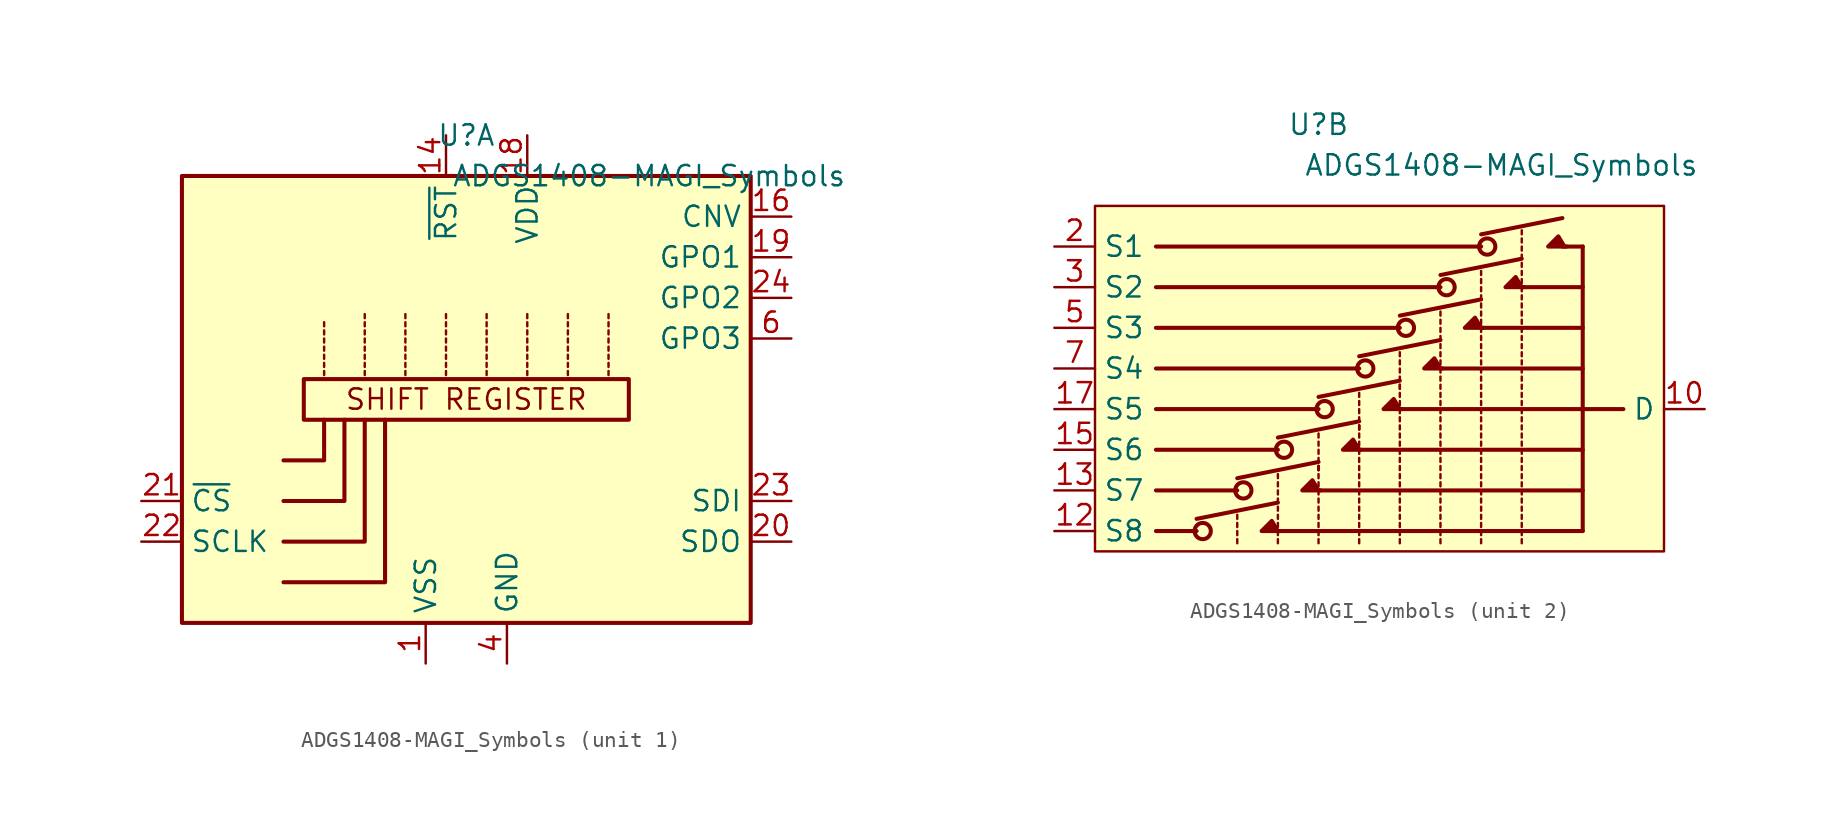
<source format=kicad_sym>
(kicad_symbol_lib
  (version 20211014)
  (generator kicad_symbol_editor)
  (symbol "ADGS1408-MAGI_Symbols"
    (property "Reference" "U"
      (at -1.27 16.51 0)
      (effects (font (size 1.27 1.27))))
    (property "Value" "ADGS1408-MAGI_Symbols"
      (at 10.16 13.97 0)
      (effects (font (size 1.27 1.27))))
    (property "ki_locked" ""
      (at 0 0 0)
      (effects (font (size 1.27 1.27))))
    (symbol "ADGS1408-MAGI_Symbols_1_1"
      (rectangle (start -19.05 13.97) (end 16.51 -13.97) (stroke (width 0.254) (type default) (color 0 0 0 0)) (fill (type background)))
      (rectangle (start -11.43 1.27) (end 8.89 -1.27) (stroke (width 0.254) (type default) (color 0 0 0 0)) (fill (type none)))
      (polyline (pts (xy -10.16 1.524) (xy -10.16 1.778)) (stroke (width 0) (type default) (color 0 0 0 0)) (fill (type none)))
      (polyline (pts (xy -10.16 2.032) (xy -10.16 2.286)) (stroke (width 0) (type default) (color 0 0 0 0)) (fill (type none)))
      (polyline (pts (xy -10.16 2.54) (xy -10.16 2.794)) (stroke (width 0) (type default) (color 0 0 0 0)) (fill (type none)))
      (polyline (pts (xy -10.16 3.048) (xy -10.16 3.302)) (stroke (width 0) (type default) (color 0 0 0 0)) (fill (type none)))
      (polyline (pts (xy -10.16 3.556) (xy -10.16 3.81)) (stroke (width 0) (type default) (color 0 0 0 0)) (fill (type none)))
      (polyline (pts (xy -10.16 4.064) (xy -10.16 4.318)) (stroke (width 0) (type default) (color 0 0 0 0)) (fill (type none)))
      (polyline (pts (xy -10.16 4.572) (xy -10.16 4.826)) (stroke (width 0) (type default) (color 0 0 0 0)) (fill (type none)))
      (polyline (pts (xy -7.62 1.524) (xy -7.62 1.778)) (stroke (width 0) (type default) (color 0 0 0 0)) (fill (type none)))
      (polyline (pts (xy -7.62 2.032) (xy -7.62 2.286)) (stroke (width 0) (type default) (color 0 0 0 0)) (fill (type none)))
      (polyline (pts (xy -7.62 2.54) (xy -7.62 2.794)) (stroke (width 0) (type default) (color 0 0 0 0)) (fill (type none)))
      (polyline (pts (xy -7.62 3.048) (xy -7.62 3.302)) (stroke (width 0) (type default) (color 0 0 0 0)) (fill (type none)))
      (polyline (pts (xy -7.62 3.556) (xy -7.62 3.81)) (stroke (width 0) (type default) (color 0 0 0 0)) (fill (type none)))
      (polyline (pts (xy -7.62 4.064) (xy -7.62 4.318)) (stroke (width 0) (type default) (color 0 0 0 0)) (fill (type none)))
      (polyline (pts (xy -7.62 4.572) (xy -7.62 4.826)) (stroke (width 0) (type default) (color 0 0 0 0)) (fill (type none)))
      (polyline (pts (xy -7.62 5.08) (xy -7.62 5.334)) (stroke (width 0) (type default) (color 0 0 0 0)) (fill (type none)))
      (polyline (pts (xy -5.08 1.524) (xy -5.08 1.778)) (stroke (width 0) (type default) (color 0 0 0 0)) (fill (type none)))
      (polyline (pts (xy -5.08 2.032) (xy -5.08 2.286)) (stroke (width 0) (type default) (color 0 0 0 0)) (fill (type none)))
      (polyline (pts (xy -5.08 2.54) (xy -5.08 2.794)) (stroke (width 0) (type default) (color 0 0 0 0)) (fill (type none)))
      (polyline (pts (xy -5.08 3.048) (xy -5.08 3.302)) (stroke (width 0) (type default) (color 0 0 0 0)) (fill (type none)))
      (polyline (pts (xy -5.08 3.556) (xy -5.08 3.81)) (stroke (width 0) (type default) (color 0 0 0 0)) (fill (type none)))
      (polyline (pts (xy -5.08 4.064) (xy -5.08 4.318)) (stroke (width 0) (type default) (color 0 0 0 0)) (fill (type none)))
      (polyline (pts (xy -5.08 4.572) (xy -5.08 4.826)) (stroke (width 0) (type default) (color 0 0 0 0)) (fill (type none)))
      (polyline (pts (xy -5.08 5.08) (xy -5.08 5.334)) (stroke (width 0) (type default) (color 0 0 0 0)) (fill (type none)))
      (polyline (pts (xy -2.54 1.524) (xy -2.54 1.778)) (stroke (width 0) (type default) (color 0 0 0 0)) (fill (type none)))
      (polyline (pts (xy -2.54 2.032) (xy -2.54 2.286)) (stroke (width 0) (type default) (color 0 0 0 0)) (fill (type none)))
      (polyline (pts (xy -2.54 2.54) (xy -2.54 2.794)) (stroke (width 0) (type default) (color 0 0 0 0)) (fill (type none)))
      (polyline (pts (xy -2.54 3.048) (xy -2.54 3.302)) (stroke (width 0) (type default) (color 0 0 0 0)) (fill (type none)))
      (polyline (pts (xy -2.54 3.556) (xy -2.54 3.81)) (stroke (width 0) (type default) (color 0 0 0 0)) (fill (type none)))
      (polyline (pts (xy -2.54 4.064) (xy -2.54 4.318)) (stroke (width 0) (type default) (color 0 0 0 0)) (fill (type none)))
      (polyline (pts (xy -2.54 4.572) (xy -2.54 4.826)) (stroke (width 0) (type default) (color 0 0 0 0)) (fill (type none)))
      (polyline (pts (xy -2.54 5.08) (xy -2.54 5.334)) (stroke (width 0) (type default) (color 0 0 0 0)) (fill (type none)))
      (polyline (pts (xy 0 1.524) (xy 0 1.778)) (stroke (width 0) (type default) (color 0 0 0 0)) (fill (type none)))
      (polyline (pts (xy 0 2.032) (xy 0 2.286)) (stroke (width 0) (type default) (color 0 0 0 0)) (fill (type none)))
      (polyline (pts (xy 0 2.54) (xy 0 2.794)) (stroke (width 0) (type default) (color 0 0 0 0)) (fill (type none)))
      (polyline (pts (xy 0 3.048) (xy 0 3.302)) (stroke (width 0) (type default) (color 0 0 0 0)) (fill (type none)))
      (polyline (pts (xy 0 3.556) (xy 0 3.81)) (stroke (width 0) (type default) (color 0 0 0 0)) (fill (type none)))
      (polyline (pts (xy 0 4.064) (xy 0 4.318)) (stroke (width 0) (type default) (color 0 0 0 0)) (fill (type none)))
      (polyline (pts (xy 0 4.572) (xy 0 4.826)) (stroke (width 0) (type default) (color 0 0 0 0)) (fill (type none)))
      (polyline (pts (xy 0 5.08) (xy 0 5.334)) (stroke (width 0) (type default) (color 0 0 0 0)) (fill (type none)))
      (polyline (pts (xy 2.54 1.524) (xy 2.54 1.778)) (stroke (width 0) (type default) (color 0 0 0 0)) (fill (type none)))
      (polyline (pts (xy 2.54 2.032) (xy 2.54 2.286)) (stroke (width 0) (type default) (color 0 0 0 0)) (fill (type none)))
      (polyline (pts (xy 2.54 2.54) (xy 2.54 2.794)) (stroke (width 0) (type default) (color 0 0 0 0)) (fill (type none)))
      (polyline (pts (xy 2.54 3.048) (xy 2.54 3.302)) (stroke (width 0) (type default) (color 0 0 0 0)) (fill (type none)))
      (polyline (pts (xy 2.54 3.556) (xy 2.54 3.81)) (stroke (width 0) (type default) (color 0 0 0 0)) (fill (type none)))
      (polyline (pts (xy 2.54 4.064) (xy 2.54 4.318)) (stroke (width 0) (type default) (color 0 0 0 0)) (fill (type none)))
      (polyline (pts (xy 2.54 4.572) (xy 2.54 4.826)) (stroke (width 0) (type default) (color 0 0 0 0)) (fill (type none)))
      (polyline (pts (xy 2.54 5.08) (xy 2.54 5.334)) (stroke (width 0) (type default) (color 0 0 0 0)) (fill (type none)))
      (polyline (pts (xy 5.08 1.524) (xy 5.08 1.778)) (stroke (width 0) (type default) (color 0 0 0 0)) (fill (type none)))
      (polyline (pts (xy 5.08 2.032) (xy 5.08 2.286)) (stroke (width 0) (type default) (color 0 0 0 0)) (fill (type none)))
      (polyline (pts (xy 5.08 2.54) (xy 5.08 2.794)) (stroke (width 0) (type default) (color 0 0 0 0)) (fill (type none)))
      (polyline (pts (xy 5.08 3.048) (xy 5.08 3.302)) (stroke (width 0) (type default) (color 0 0 0 0)) (fill (type none)))
      (polyline (pts (xy 5.08 3.556) (xy 5.08 3.81)) (stroke (width 0) (type default) (color 0 0 0 0)) (fill (type none)))
      (polyline (pts (xy 5.08 4.064) (xy 5.08 4.318)) (stroke (width 0) (type default) (color 0 0 0 0)) (fill (type none)))
      (polyline (pts (xy 5.08 4.572) (xy 5.08 4.826)) (stroke (width 0) (type default) (color 0 0 0 0)) (fill (type none)))
      (polyline (pts (xy 5.08 5.08) (xy 5.08 5.334)) (stroke (width 0) (type default) (color 0 0 0 0)) (fill (type none)))
      (polyline (pts (xy 7.62 1.524) (xy 7.62 1.778)) (stroke (width 0) (type default) (color 0 0 0 0)) (fill (type none)))
      (polyline (pts (xy 7.62 2.032) (xy 7.62 2.286)) (stroke (width 0) (type default) (color 0 0 0 0)) (fill (type none)))
      (polyline (pts (xy 7.62 2.54) (xy 7.62 2.794)) (stroke (width 0) (type default) (color 0 0 0 0)) (fill (type none)))
      (polyline (pts (xy 7.62 3.048) (xy 7.62 3.302)) (stroke (width 0) (type default) (color 0 0 0 0)) (fill (type none)))
      (polyline (pts (xy 7.62 3.556) (xy 7.62 3.81)) (stroke (width 0) (type default) (color 0 0 0 0)) (fill (type none)))
      (polyline (pts (xy 7.62 4.064) (xy 7.62 4.318)) (stroke (width 0) (type default) (color 0 0 0 0)) (fill (type none)))
      (polyline (pts (xy 7.62 4.572) (xy 7.62 4.826)) (stroke (width 0) (type default) (color 0 0 0 0)) (fill (type none)))
      (polyline (pts (xy 7.62 5.08) (xy 7.62 5.334)) (stroke (width 0) (type default) (color 0 0 0 0)) (fill (type none)))
      (polyline (pts (xy -12.7 -11.43) (xy -6.35 -11.43) (xy -6.35 -1.27)) (stroke (width 0.254) (type default) (color 0 0 0 0)) (fill (type none)))
      (polyline (pts (xy -12.7 -8.89) (xy -7.62 -8.89) (xy -7.62 -1.27)) (stroke (width 0.254) (type default) (color 0 0 0 0)) (fill (type none)))
      (polyline (pts (xy -12.7 -3.81) (xy -10.16 -3.81) (xy -10.16 -1.27)) (stroke (width 0.254) (type default) (color 0 0 0 0)) (fill (type none)))
      (polyline (pts (xy -12.7 -6.35) (xy -8.89 -6.35) (xy -8.89 -3.81) (xy -8.89 -1.27)) (stroke (width 0.254) (type default) (color 0 0 0 0)) (fill (type none)))
      (text "SHIFT REGISTER" (at -1.27 0 0) (effects (font (size 1.27 1.27))))
      (pin power_in line (at -3.81 -16.51 90) (length 2.54) (name "VSS" (effects (font (size 1.27 1.27)))) (number "1" (effects (font (size 1.27 1.27)))))
      (pin power_in line (at -2.54 16.51 270) (length 2.54) (name "~{RST}" (effects (font (size 1.27 1.27)))) (number "14" (effects (font (size 1.27 1.27)))))
      (pin input line (at 19.05 11.43 180) (length 2.54) (name "CNV" (effects (font (size 1.27 1.27)))) (number "16" (effects (font (size 1.27 1.27)))))
      (pin power_in line (at 2.54 16.51 270) (length 2.54) (name "VDD" (effects (font (size 1.27 1.27)))) (number "18" (effects (font (size 1.27 1.27)))))
      (pin output line (at 19.05 8.89 180) (length 2.54) (name "GPO1" (effects (font (size 1.27 1.27)))) (number "19" (effects (font (size 1.27 1.27)))))
      (pin output line (at 19.05 -8.89 180) (length 2.54) (name "SDO" (effects (font (size 1.27 1.27)))) (number "20" (effects (font (size 1.27 1.27)))))
      (pin input line (at -21.59 -6.35 0) (length 2.54) (name "~{CS}" (effects (font (size 1.27 1.27)))) (number "21" (effects (font (size 1.27 1.27)))))
      (pin input line (at -21.59 -8.89 0) (length 2.54) (name "SCLK" (effects (font (size 1.27 1.27)))) (number "22" (effects (font (size 1.27 1.27)))))
      (pin input line (at 19.05 -6.35 180) (length 2.54) (name "SDI" (effects (font (size 1.27 1.27)))) (number "23" (effects (font (size 1.27 1.27)))))
      (pin output line (at 19.05 6.35 180) (length 2.54) (name "GPO2" (effects (font (size 1.27 1.27)))) (number "24" (effects (font (size 1.27 1.27)))))
      (pin power_in line (at -3.81 -16.51 90) (length 2.54) hide (name "VSS" (effects (font (size 1.27 1.27)))) (number "25" (effects (font (size 1.27 1.27)))))
      (pin power_in line (at 1.27 -16.51 90) (length 2.54) (name "GND" (effects (font (size 1.27 1.27)))) (number "4" (effects (font (size 1.27 1.27)))))
      (pin output line (at 19.05 3.81 180) (length 2.54) (name "GPO3" (effects (font (size 1.27 1.27)))) (number "6" (effects (font (size 1.27 1.27))))))
    (symbol "ADGS1408-MAGI_Symbols_2_1"
      (circle (center -8.509 -8.89) (radius 0.508) (stroke (width 0.254) (type default) (color 0 0 0 0)) (fill (type none)))
      (circle (center -5.969 -6.35) (radius 0.508) (stroke (width 0.254) (type default) (color 0 0 0 0)) (fill (type none)))
      (circle (center -3.429 -3.81) (radius 0.508) (stroke (width 0.254) (type default) (color 0 0 0 0)) (fill (type none)))
      (circle (center -0.889 -1.27) (radius 0.508) (stroke (width 0.254) (type default) (color 0 0 0 0)) (fill (type none)))
      (polyline (pts (xy -8.89 -8.89) (xy -11.43 -8.89)) (stroke (width 0.254) (type default) (color 0 0 0 0)) (fill (type none)))
      (polyline (pts (xy -8.89 -8.128) (xy -3.81 -7.112)) (stroke (width 0.254) (type default) (color 0 0 0 0)) (fill (type none)))
      (polyline (pts (xy -6.35 -9.652) (xy -6.35 -9.398)) (stroke (width 0) (type default) (color 0 0 0 0)) (fill (type none)))
      (polyline (pts (xy -6.35 -9.144) (xy -6.35 -8.89)) (stroke (width 0) (type default) (color 0 0 0 0)) (fill (type none)))
      (polyline (pts (xy -6.35 -8.636) (xy -6.35 -8.382)) (stroke (width 0) (type default) (color 0 0 0 0)) (fill (type none)))
      (polyline (pts (xy -6.35 -8.128) (xy -6.35 -7.874)) (stroke (width 0) (type default) (color 0 0 0 0)) (fill (type none)))
      (polyline (pts (xy -6.35 -6.35) (xy -11.43 -6.35)) (stroke (width 0.254) (type default) (color 0 0 0 0)) (fill (type none)))
      (polyline (pts (xy -6.35 -5.588) (xy -1.27 -4.572)) (stroke (width 0.254) (type default) (color 0 0 0 0)) (fill (type none)))
      (polyline (pts (xy -3.81 -9.652) (xy -3.81 -9.398)) (stroke (width 0) (type default) (color 0 0 0 0)) (fill (type none)))
      (polyline (pts (xy -3.81 -9.144) (xy -3.81 -8.89)) (stroke (width 0) (type default) (color 0 0 0 0)) (fill (type none)))
      (polyline (pts (xy -3.81 -8.89) (xy 15.24 -8.89)) (stroke (width 0.254) (type default) (color 0 0 0 0)) (fill (type none)))
      (polyline (pts (xy -3.81 -8.636) (xy -3.81 -8.382)) (stroke (width 0) (type default) (color 0 0 0 0)) (fill (type none)))
      (polyline (pts (xy -3.81 -8.128) (xy -3.81 -7.874)) (stroke (width 0) (type default) (color 0 0 0 0)) (fill (type none)))
      (polyline (pts (xy -3.81 -7.62) (xy -3.81 -7.366)) (stroke (width 0) (type default) (color 0 0 0 0)) (fill (type none)))
      (polyline (pts (xy -3.81 -7.112) (xy -3.81 -6.858)) (stroke (width 0) (type default) (color 0 0 0 0)) (fill (type none)))
      (polyline (pts (xy -3.81 -6.604) (xy -3.81 -6.35)) (stroke (width 0) (type default) (color 0 0 0 0)) (fill (type none)))
      (polyline (pts (xy -3.81 -6.096) (xy -3.81 -5.842)) (stroke (width 0) (type default) (color 0 0 0 0)) (fill (type none)))
      (polyline (pts (xy -3.81 -5.588) (xy -3.81 -5.334)) (stroke (width 0) (type default) (color 0 0 0 0)) (fill (type none)))
      (polyline (pts (xy -3.81 -3.81) (xy -11.43 -3.81)) (stroke (width 0.254) (type default) (color 0 0 0 0)) (fill (type none)))
      (polyline (pts (xy -3.81 -3.048) (xy 1.27 -2.032)) (stroke (width 0.254) (type default) (color 0 0 0 0)) (fill (type none)))
      (polyline (pts (xy -1.27 -9.652) (xy -1.27 -9.398)) (stroke (width 0) (type default) (color 0 0 0 0)) (fill (type none)))
      (polyline (pts (xy -1.27 -9.144) (xy -1.27 -8.89)) (stroke (width 0) (type default) (color 0 0 0 0)) (fill (type none)))
      (polyline (pts (xy -1.27 -8.636) (xy -1.27 -8.382)) (stroke (width 0) (type default) (color 0 0 0 0)) (fill (type none)))
      (polyline (pts (xy -1.27 -8.128) (xy -1.27 -7.874)) (stroke (width 0) (type default) (color 0 0 0 0)) (fill (type none)))
      (polyline (pts (xy -1.27 -7.62) (xy -1.27 -7.366)) (stroke (width 0) (type default) (color 0 0 0 0)) (fill (type none)))
      (polyline (pts (xy -1.27 -7.112) (xy -1.27 -6.858)) (stroke (width 0) (type default) (color 0 0 0 0)) (fill (type none)))
      (polyline (pts (xy -1.27 -6.604) (xy -1.27 -6.35)) (stroke (width 0) (type default) (color 0 0 0 0)) (fill (type none)))
      (polyline (pts (xy -1.27 -6.35) (xy 15.24 -6.35)) (stroke (width 0.254) (type default) (color 0 0 0 0)) (fill (type none)))
      (polyline (pts (xy -1.27 -6.096) (xy -1.27 -5.842)) (stroke (width 0) (type default) (color 0 0 0 0)) (fill (type none)))
      (polyline (pts (xy -1.27 -5.588) (xy -1.27 -5.334)) (stroke (width 0) (type default) (color 0 0 0 0)) (fill (type none)))
      (polyline (pts (xy -1.27 -5.08) (xy -1.27 -4.826)) (stroke (width 0) (type default) (color 0 0 0 0)) (fill (type none)))
      (polyline (pts (xy -1.27 -5.08) (xy -1.27 -4.826)) (stroke (width 0) (type default) (color 0 0 0 0)) (fill (type none)))
      (polyline (pts (xy -1.27 -5.08) (xy -1.27 -4.826)) (stroke (width 0) (type default) (color 0 0 0 0)) (fill (type none)))
      (polyline (pts (xy -1.27 -5.08) (xy -1.27 -4.826)) (stroke (width 0) (type default) (color 0 0 0 0)) (fill (type none)))
      (polyline (pts (xy -1.27 -4.572) (xy -1.27 -4.318)) (stroke (width 0) (type default) (color 0 0 0 0)) (fill (type none)))
      (polyline (pts (xy -1.27 -4.064) (xy -1.27 -3.81)) (stroke (width 0) (type default) (color 0 0 0 0)) (fill (type none)))
      (polyline (pts (xy -1.27 -3.556) (xy -1.27 -3.302)) (stroke (width 0) (type default) (color 0 0 0 0)) (fill (type none)))
      (polyline (pts (xy -1.27 -3.048) (xy -1.27 -2.794)) (stroke (width 0) (type default) (color 0 0 0 0)) (fill (type none)))
      (polyline (pts (xy -1.27 -1.27) (xy -11.43 -1.27)) (stroke (width 0.254) (type default) (color 0 0 0 0)) (fill (type none)))
      (polyline (pts (xy -1.27 -0.508) (xy 3.81 0.508)) (stroke (width 0.254) (type default) (color 0 0 0 0)) (fill (type none)))
      (polyline (pts (xy 1.27 -9.652) (xy 1.27 -9.398)) (stroke (width 0) (type default) (color 0 0 0 0)) (fill (type none)))
      (polyline (pts (xy 1.27 -9.144) (xy 1.27 -8.89)) (stroke (width 0) (type default) (color 0 0 0 0)) (fill (type none)))
      (polyline (pts (xy 1.27 -8.636) (xy 1.27 -8.382)) (stroke (width 0) (type default) (color 0 0 0 0)) (fill (type none)))
      (polyline (pts (xy 1.27 -8.128) (xy 1.27 -7.874)) (stroke (width 0) (type default) (color 0 0 0 0)) (fill (type none)))
      (polyline (pts (xy 1.27 -7.62) (xy 1.27 -7.366)) (stroke (width 0) (type default) (color 0 0 0 0)) (fill (type none)))
      (polyline (pts (xy 1.27 -7.112) (xy 1.27 -6.858)) (stroke (width 0) (type default) (color 0 0 0 0)) (fill (type none)))
      (polyline (pts (xy 1.27 -6.604) (xy 1.27 -6.35)) (stroke (width 0) (type default) (color 0 0 0 0)) (fill (type none)))
      (polyline (pts (xy 1.27 -6.096) (xy 1.27 -5.842)) (stroke (width 0) (type default) (color 0 0 0 0)) (fill (type none)))
      (polyline (pts (xy 1.27 -5.588) (xy 1.27 -5.334)) (stroke (width 0) (type default) (color 0 0 0 0)) (fill (type none)))
      (polyline (pts (xy 1.27 -5.08) (xy 1.27 -4.826)) (stroke (width 0) (type default) (color 0 0 0 0)) (fill (type none)))
      (polyline (pts (xy 1.27 -4.572) (xy 1.27 -4.318)) (stroke (width 0) (type default) (color 0 0 0 0)) (fill (type none)))
      (polyline (pts (xy 1.27 -4.064) (xy 1.27 -3.81)) (stroke (width 0) (type default) (color 0 0 0 0)) (fill (type none)))
      (polyline (pts (xy 1.27 -3.81) (xy 15.24 -3.81)) (stroke (width 0.254) (type default) (color 0 0 0 0)) (fill (type none)))
      (polyline (pts (xy 1.27 -3.556) (xy 1.27 -3.302)) (stroke (width 0) (type default) (color 0 0 0 0)) (fill (type none)))
      (polyline (pts (xy 1.27 -3.048) (xy 1.27 -2.794)) (stroke (width 0) (type default) (color 0 0 0 0)) (fill (type none)))
      (polyline (pts (xy 1.27 -2.54) (xy 1.27 -2.286)) (stroke (width 0) (type default) (color 0 0 0 0)) (fill (type none)))
      (polyline (pts (xy 1.27 -2.54) (xy 1.27 -2.286)) (stroke (width 0) (type default) (color 0 0 0 0)) (fill (type none)))
      (polyline (pts (xy 1.27 -2.54) (xy 1.27 -2.286)) (stroke (width 0) (type default) (color 0 0 0 0)) (fill (type none)))
      (polyline (pts (xy 1.27 -2.032) (xy 1.27 -1.778)) (stroke (width 0) (type default) (color 0 0 0 0)) (fill (type none)))
      (polyline (pts (xy 1.27 -1.524) (xy 1.27 -1.27)) (stroke (width 0) (type default) (color 0 0 0 0)) (fill (type none)))
      (polyline (pts (xy 1.27 -1.016) (xy 1.27 -0.762)) (stroke (width 0) (type default) (color 0 0 0 0)) (fill (type none)))
      (polyline (pts (xy 1.27 -0.508) (xy 1.27 -0.254)) (stroke (width 0) (type default) (color 0 0 0 0)) (fill (type none)))
      (polyline (pts (xy 1.27 1.27) (xy -11.43 1.27)) (stroke (width 0.254) (type default) (color 0 0 0 0)) (fill (type none)))
      (polyline (pts (xy 1.27 2.032) (xy 6.35 3.048)) (stroke (width 0.254) (type default) (color 0 0 0 0)) (fill (type none)))
      (polyline (pts (xy 3.81 -9.652) (xy 3.81 -9.398)) (stroke (width 0) (type default) (color 0 0 0 0)) (fill (type none)))
      (polyline (pts (xy 3.81 -9.144) (xy 3.81 -8.89)) (stroke (width 0) (type default) (color 0 0 0 0)) (fill (type none)))
      (polyline (pts (xy 3.81 -8.636) (xy 3.81 -8.382)) (stroke (width 0) (type default) (color 0 0 0 0)) (fill (type none)))
      (polyline (pts (xy 3.81 -8.128) (xy 3.81 -7.874)) (stroke (width 0) (type default) (color 0 0 0 0)) (fill (type none)))
      (polyline (pts (xy 3.81 -7.62) (xy 3.81 -7.366)) (stroke (width 0) (type default) (color 0 0 0 0)) (fill (type none)))
      (polyline (pts (xy 3.81 -7.112) (xy 3.81 -6.858)) (stroke (width 0) (type default) (color 0 0 0 0)) (fill (type none)))
      (polyline (pts (xy 3.81 -6.604) (xy 3.81 -6.35)) (stroke (width 0) (type default) (color 0 0 0 0)) (fill (type none)))
      (polyline (pts (xy 3.81 -6.096) (xy 3.81 -5.842)) (stroke (width 0) (type default) (color 0 0 0 0)) (fill (type none)))
      (polyline (pts (xy 3.81 -5.588) (xy 3.81 -5.334)) (stroke (width 0) (type default) (color 0 0 0 0)) (fill (type none)))
      (polyline (pts (xy 3.81 -5.08) (xy 3.81 -4.826)) (stroke (width 0) (type default) (color 0 0 0 0)) (fill (type none)))
      (polyline (pts (xy 3.81 -4.572) (xy 3.81 -4.318)) (stroke (width 0) (type default) (color 0 0 0 0)) (fill (type none)))
      (polyline (pts (xy 3.81 -4.064) (xy 3.81 -3.81)) (stroke (width 0) (type default) (color 0 0 0 0)) (fill (type none)))
      (polyline (pts (xy 3.81 -3.556) (xy 3.81 -3.302)) (stroke (width 0) (type default) (color 0 0 0 0)) (fill (type none)))
      (polyline (pts (xy 3.81 -3.048) (xy 3.81 -2.794)) (stroke (width 0) (type default) (color 0 0 0 0)) (fill (type none)))
      (polyline (pts (xy 3.81 -2.54) (xy 3.81 -2.286)) (stroke (width 0) (type default) (color 0 0 0 0)) (fill (type none)))
      (polyline (pts (xy 3.81 -2.032) (xy 3.81 -1.778)) (stroke (width 0) (type default) (color 0 0 0 0)) (fill (type none)))
      (polyline (pts (xy 3.81 -1.524) (xy 3.81 -1.27)) (stroke (width 0) (type default) (color 0 0 0 0)) (fill (type none)))
      (polyline (pts (xy 3.81 -1.27) (xy 15.24 -1.27)) (stroke (width 0.254) (type default) (color 0 0 0 0)) (fill (type none)))
      (polyline (pts (xy 3.81 -1.016) (xy 3.81 -0.762)) (stroke (width 0) (type default) (color 0 0 0 0)) (fill (type none)))
      (polyline (pts (xy 3.81 -0.508) (xy 3.81 -0.254)) (stroke (width 0) (type default) (color 0 0 0 0)) (fill (type none)))
      (polyline (pts (xy 3.81 0) (xy 3.81 0.254)) (stroke (width 0) (type default) (color 0 0 0 0)) (fill (type none)))
      (polyline (pts (xy 3.81 0) (xy 3.81 0.254)) (stroke (width 0) (type default) (color 0 0 0 0)) (fill (type none)))
      (polyline (pts (xy 3.81 0.508) (xy 3.81 0.762)) (stroke (width 0) (type default) (color 0 0 0 0)) (fill (type none)))
      (polyline (pts (xy 3.81 1.016) (xy 3.81 1.27)) (stroke (width 0) (type default) (color 0 0 0 0)) (fill (type none)))
      (polyline (pts (xy 3.81 1.524) (xy 3.81 1.778)) (stroke (width 0) (type default) (color 0 0 0 0)) (fill (type none)))
      (polyline (pts (xy 3.81 2.032) (xy 3.81 2.286)) (stroke (width 0) (type default) (color 0 0 0 0)) (fill (type none)))
      (polyline (pts (xy 3.81 3.81) (xy -11.43 3.81)) (stroke (width 0.254) (type default) (color 0 0 0 0)) (fill (type none)))
      (polyline (pts (xy 3.81 4.572) (xy 8.89 5.588)) (stroke (width 0.254) (type default) (color 0 0 0 0)) (fill (type none)))
      (polyline (pts (xy 6.35 -9.652) (xy 6.35 -9.398)) (stroke (width 0) (type default) (color 0 0 0 0)) (fill (type none)))
      (polyline (pts (xy 6.35 -9.144) (xy 6.35 -8.89)) (stroke (width 0) (type default) (color 0 0 0 0)) (fill (type none)))
      (polyline (pts (xy 6.35 -8.636) (xy 6.35 -8.382)) (stroke (width 0) (type default) (color 0 0 0 0)) (fill (type none)))
      (polyline (pts (xy 6.35 -8.128) (xy 6.35 -7.874)) (stroke (width 0) (type default) (color 0 0 0 0)) (fill (type none)))
      (polyline (pts (xy 6.35 -7.62) (xy 6.35 -7.366)) (stroke (width 0) (type default) (color 0 0 0 0)) (fill (type none)))
      (polyline (pts (xy 6.35 -7.112) (xy 6.35 -6.858)) (stroke (width 0) (type default) (color 0 0 0 0)) (fill (type none)))
      (polyline (pts (xy 6.35 -6.604) (xy 6.35 -6.35)) (stroke (width 0) (type default) (color 0 0 0 0)) (fill (type none)))
      (polyline (pts (xy 6.35 -6.096) (xy 6.35 -5.842)) (stroke (width 0) (type default) (color 0 0 0 0)) (fill (type none)))
      (polyline (pts (xy 6.35 -5.588) (xy 6.35 -5.334)) (stroke (width 0) (type default) (color 0 0 0 0)) (fill (type none)))
      (polyline (pts (xy 6.35 -5.08) (xy 6.35 -4.826)) (stroke (width 0) (type default) (color 0 0 0 0)) (fill (type none)))
      (polyline (pts (xy 6.35 -4.572) (xy 6.35 -4.318)) (stroke (width 0) (type default) (color 0 0 0 0)) (fill (type none)))
      (polyline (pts (xy 6.35 -4.064) (xy 6.35 -3.81)) (stroke (width 0) (type default) (color 0 0 0 0)) (fill (type none)))
      (polyline (pts (xy 6.35 -3.556) (xy 6.35 -3.302)) (stroke (width 0) (type default) (color 0 0 0 0)) (fill (type none)))
      (polyline (pts (xy 6.35 -3.048) (xy 6.35 -2.794)) (stroke (width 0) (type default) (color 0 0 0 0)) (fill (type none)))
      (polyline (pts (xy 6.35 -2.54) (xy 6.35 -2.286)) (stroke (width 0) (type default) (color 0 0 0 0)) (fill (type none)))
      (polyline (pts (xy 6.35 -2.032) (xy 6.35 -1.778)) (stroke (width 0) (type default) (color 0 0 0 0)) (fill (type none)))
      (polyline (pts (xy 6.35 -1.524) (xy 6.35 -1.27)) (stroke (width 0) (type default) (color 0 0 0 0)) (fill (type none)))
      (polyline (pts (xy 6.35 -1.016) (xy 6.35 -0.762)) (stroke (width 0) (type default) (color 0 0 0 0)) (fill (type none)))
      (polyline (pts (xy 6.35 -0.508) (xy 6.35 -0.254)) (stroke (width 0) (type default) (color 0 0 0 0)) (fill (type none)))
      (polyline (pts (xy 6.35 0) (xy 6.35 0.254)) (stroke (width 0) (type default) (color 0 0 0 0)) (fill (type none)))
      (polyline (pts (xy 6.35 0.508) (xy 6.35 0.762)) (stroke (width 0) (type default) (color 0 0 0 0)) (fill (type none)))
      (polyline (pts (xy 6.35 1.016) (xy 6.35 1.27)) (stroke (width 0) (type default) (color 0 0 0 0)) (fill (type none)))
      (polyline (pts (xy 6.35 1.27) (xy 15.24 1.27)) (stroke (width 0.254) (type default) (color 0 0 0 0)) (fill (type none)))
      (polyline (pts (xy 6.35 1.524) (xy 6.35 1.778)) (stroke (width 0) (type default) (color 0 0 0 0)) (fill (type none)))
      (polyline (pts (xy 6.35 2.032) (xy 6.35 2.286)) (stroke (width 0) (type default) (color 0 0 0 0)) (fill (type none)))
      (polyline (pts (xy 6.35 2.54) (xy 6.35 2.794)) (stroke (width 0) (type default) (color 0 0 0 0)) (fill (type none)))
      (polyline (pts (xy 6.35 3.048) (xy 6.35 3.302)) (stroke (width 0) (type default) (color 0 0 0 0)) (fill (type none)))
      (polyline (pts (xy 6.35 3.556) (xy 6.35 3.81)) (stroke (width 0) (type default) (color 0 0 0 0)) (fill (type none)))
      (polyline (pts (xy 6.35 4.064) (xy 6.35 4.318)) (stroke (width 0) (type default) (color 0 0 0 0)) (fill (type none)))
      (polyline (pts (xy 6.35 4.572) (xy 6.35 4.826)) (stroke (width 0) (type default) (color 0 0 0 0)) (fill (type none)))
      (polyline (pts (xy 6.35 6.35) (xy -11.43 6.35)) (stroke (width 0.254) (type default) (color 0 0 0 0)) (fill (type none)))
      (polyline (pts (xy 6.35 7.112) (xy 11.43 8.128)) (stroke (width 0.254) (type default) (color 0 0 0 0)) (fill (type none)))
      (polyline (pts (xy 8.89 -9.652) (xy 8.89 -9.398)) (stroke (width 0) (type default) (color 0 0 0 0)) (fill (type none)))
      (polyline (pts (xy 8.89 -9.144) (xy 8.89 -8.89)) (stroke (width 0) (type default) (color 0 0 0 0)) (fill (type none)))
      (polyline (pts (xy 8.89 -8.636) (xy 8.89 -8.382)) (stroke (width 0) (type default) (color 0 0 0 0)) (fill (type none)))
      (polyline (pts (xy 8.89 -8.128) (xy 8.89 -7.874)) (stroke (width 0) (type default) (color 0 0 0 0)) (fill (type none)))
      (polyline (pts (xy 8.89 -7.62) (xy 8.89 -7.366)) (stroke (width 0) (type default) (color 0 0 0 0)) (fill (type none)))
      (polyline (pts (xy 8.89 -7.112) (xy 8.89 -6.858)) (stroke (width 0) (type default) (color 0 0 0 0)) (fill (type none)))
      (polyline (pts (xy 8.89 -6.604) (xy 8.89 -6.35)) (stroke (width 0) (type default) (color 0 0 0 0)) (fill (type none)))
      (polyline (pts (xy 8.89 -6.096) (xy 8.89 -5.842)) (stroke (width 0) (type default) (color 0 0 0 0)) (fill (type none)))
      (polyline (pts (xy 8.89 -5.588) (xy 8.89 -5.334)) (stroke (width 0) (type default) (color 0 0 0 0)) (fill (type none)))
      (polyline (pts (xy 8.89 -5.08) (xy 8.89 -4.826)) (stroke (width 0) (type default) (color 0 0 0 0)) (fill (type none)))
      (polyline (pts (xy 8.89 -4.572) (xy 8.89 -4.318)) (stroke (width 0) (type default) (color 0 0 0 0)) (fill (type none)))
      (polyline (pts (xy 8.89 -4.064) (xy 8.89 -3.81)) (stroke (width 0) (type default) (color 0 0 0 0)) (fill (type none)))
      (polyline (pts (xy 8.89 -3.556) (xy 8.89 -3.302)) (stroke (width 0) (type default) (color 0 0 0 0)) (fill (type none)))
      (polyline (pts (xy 8.89 -3.048) (xy 8.89 -2.794)) (stroke (width 0) (type default) (color 0 0 0 0)) (fill (type none)))
      (polyline (pts (xy 8.89 -2.54) (xy 8.89 -2.286)) (stroke (width 0) (type default) (color 0 0 0 0)) (fill (type none)))
      (polyline (pts (xy 8.89 -2.032) (xy 8.89 -1.778)) (stroke (width 0) (type default) (color 0 0 0 0)) (fill (type none)))
      (polyline (pts (xy 8.89 -1.524) (xy 8.89 -1.27)) (stroke (width 0) (type default) (color 0 0 0 0)) (fill (type none)))
      (polyline (pts (xy 8.89 -1.016) (xy 8.89 -0.762)) (stroke (width 0) (type default) (color 0 0 0 0)) (fill (type none)))
      (polyline (pts (xy 8.89 -0.508) (xy 8.89 -0.254)) (stroke (width 0) (type default) (color 0 0 0 0)) (fill (type none)))
      (polyline (pts (xy 8.89 0) (xy 8.89 0.254)) (stroke (width 0) (type default) (color 0 0 0 0)) (fill (type none)))
      (polyline (pts (xy 8.89 0.508) (xy 8.89 0.762)) (stroke (width 0) (type default) (color 0 0 0 0)) (fill (type none)))
      (polyline (pts (xy 8.89 1.016) (xy 8.89 1.27)) (stroke (width 0) (type default) (color 0 0 0 0)) (fill (type none)))
      (polyline (pts (xy 8.89 1.524) (xy 8.89 1.778)) (stroke (width 0) (type default) (color 0 0 0 0)) (fill (type none)))
      (polyline (pts (xy 8.89 2.032) (xy 8.89 2.286)) (stroke (width 0) (type default) (color 0 0 0 0)) (fill (type none)))
      (polyline (pts (xy 8.89 2.54) (xy 8.89 2.794)) (stroke (width 0) (type default) (color 0 0 0 0)) (fill (type none)))
      (polyline (pts (xy 8.89 3.048) (xy 8.89 3.302)) (stroke (width 0) (type default) (color 0 0 0 0)) (fill (type none)))
      (polyline (pts (xy 8.89 3.556) (xy 8.89 3.81)) (stroke (width 0) (type default) (color 0 0 0 0)) (fill (type none)))
      (polyline (pts (xy 8.89 3.81) (xy 15.24 3.81)) (stroke (width 0.254) (type default) (color 0 0 0 0)) (fill (type none)))
      (polyline (pts (xy 8.89 4.064) (xy 8.89 4.318)) (stroke (width 0) (type default) (color 0 0 0 0)) (fill (type none)))
      (polyline (pts (xy 8.89 4.572) (xy 8.89 4.826)) (stroke (width 0) (type default) (color 0 0 0 0)) (fill (type none)))
      (polyline (pts (xy 8.89 5.08) (xy 8.89 5.334)) (stroke (width 0) (type default) (color 0 0 0 0)) (fill (type none)))
      (polyline (pts (xy 8.89 5.588) (xy 8.89 5.842)) (stroke (width 0) (type default) (color 0 0 0 0)) (fill (type none)))
      (polyline (pts (xy 8.89 6.096) (xy 8.89 6.35)) (stroke (width 0) (type default) (color 0 0 0 0)) (fill (type none)))
      (polyline (pts (xy 8.89 6.604) (xy 8.89 6.858)) (stroke (width 0) (type default) (color 0 0 0 0)) (fill (type none)))
      (polyline (pts (xy 8.89 7.112) (xy 8.89 7.366)) (stroke (width 0) (type default) (color 0 0 0 0)) (fill (type none)))
      (polyline (pts (xy 8.89 8.89) (xy -11.43 8.89)) (stroke (width 0.254) (type default) (color 0 0 0 0)) (fill (type none)))
      (polyline (pts (xy 8.89 9.652) (xy 13.97 10.668)) (stroke (width 0.254) (type default) (color 0 0 0 0)) (fill (type none)))
      (polyline (pts (xy 11.43 -9.652) (xy 11.43 -9.398)) (stroke (width 0) (type default) (color 0 0 0 0)) (fill (type none)))
      (polyline (pts (xy 11.43 -9.144) (xy 11.43 -8.89)) (stroke (width 0) (type default) (color 0 0 0 0)) (fill (type none)))
      (polyline (pts (xy 11.43 -8.636) (xy 11.43 -8.382)) (stroke (width 0) (type default) (color 0 0 0 0)) (fill (type none)))
      (polyline (pts (xy 11.43 -8.128) (xy 11.43 -7.874)) (stroke (width 0) (type default) (color 0 0 0 0)) (fill (type none)))
      (polyline (pts (xy 11.43 -7.62) (xy 11.43 -7.366)) (stroke (width 0) (type default) (color 0 0 0 0)) (fill (type none)))
      (polyline (pts (xy 11.43 -7.112) (xy 11.43 -6.858)) (stroke (width 0) (type default) (color 0 0 0 0)) (fill (type none)))
      (polyline (pts (xy 11.43 -6.604) (xy 11.43 -6.35)) (stroke (width 0) (type default) (color 0 0 0 0)) (fill (type none)))
      (polyline (pts (xy 11.43 -6.096) (xy 11.43 -5.842)) (stroke (width 0) (type default) (color 0 0 0 0)) (fill (type none)))
      (polyline (pts (xy 11.43 -5.588) (xy 11.43 -5.334)) (stroke (width 0) (type default) (color 0 0 0 0)) (fill (type none)))
      (polyline (pts (xy 11.43 -5.08) (xy 11.43 -4.826)) (stroke (width 0) (type default) (color 0 0 0 0)) (fill (type none)))
      (polyline (pts (xy 11.43 -4.572) (xy 11.43 -4.318)) (stroke (width 0) (type default) (color 0 0 0 0)) (fill (type none)))
      (polyline (pts (xy 11.43 -4.064) (xy 11.43 -3.81)) (stroke (width 0) (type default) (color 0 0 0 0)) (fill (type none)))
      (polyline (pts (xy 11.43 -3.556) (xy 11.43 -3.302)) (stroke (width 0) (type default) (color 0 0 0 0)) (fill (type none)))
      (polyline (pts (xy 11.43 -3.048) (xy 11.43 -2.794)) (stroke (width 0) (type default) (color 0 0 0 0)) (fill (type none)))
      (polyline (pts (xy 11.43 -2.54) (xy 11.43 -2.286)) (stroke (width 0) (type default) (color 0 0 0 0)) (fill (type none)))
      (polyline (pts (xy 11.43 -2.032) (xy 11.43 -1.778)) (stroke (width 0) (type default) (color 0 0 0 0)) (fill (type none)))
      (polyline (pts (xy 11.43 -1.524) (xy 11.43 -1.27)) (stroke (width 0) (type default) (color 0 0 0 0)) (fill (type none)))
      (polyline (pts (xy 11.43 -1.016) (xy 11.43 -0.762)) (stroke (width 0) (type default) (color 0 0 0 0)) (fill (type none)))
      (polyline (pts (xy 11.43 -0.508) (xy 11.43 -0.254)) (stroke (width 0) (type default) (color 0 0 0 0)) (fill (type none)))
      (polyline (pts (xy 11.43 0) (xy 11.43 0.254)) (stroke (width 0) (type default) (color 0 0 0 0)) (fill (type none)))
      (polyline (pts (xy 11.43 0.508) (xy 11.43 0.762)) (stroke (width 0) (type default) (color 0 0 0 0)) (fill (type none)))
      (polyline (pts (xy 11.43 1.016) (xy 11.43 1.27)) (stroke (width 0) (type default) (color 0 0 0 0)) (fill (type none)))
      (polyline (pts (xy 11.43 1.524) (xy 11.43 1.778)) (stroke (width 0) (type default) (color 0 0 0 0)) (fill (type none)))
      (polyline (pts (xy 11.43 2.032) (xy 11.43 2.286)) (stroke (width 0) (type default) (color 0 0 0 0)) (fill (type none)))
      (polyline (pts (xy 11.43 2.54) (xy 11.43 2.794)) (stroke (width 0) (type default) (color 0 0 0 0)) (fill (type none)))
      (polyline (pts (xy 11.43 3.048) (xy 11.43 3.302)) (stroke (width 0) (type default) (color 0 0 0 0)) (fill (type none)))
      (polyline (pts (xy 11.43 3.556) (xy 11.43 3.81)) (stroke (width 0) (type default) (color 0 0 0 0)) (fill (type none)))
      (polyline (pts (xy 11.43 4.064) (xy 11.43 4.318)) (stroke (width 0) (type default) (color 0 0 0 0)) (fill (type none)))
      (polyline (pts (xy 11.43 4.572) (xy 11.43 4.826)) (stroke (width 0) (type default) (color 0 0 0 0)) (fill (type none)))
      (polyline (pts (xy 11.43 5.08) (xy 11.43 5.334)) (stroke (width 0) (type default) (color 0 0 0 0)) (fill (type none)))
      (polyline (pts (xy 11.43 5.588) (xy 11.43 5.842)) (stroke (width 0) (type default) (color 0 0 0 0)) (fill (type none)))
      (polyline (pts (xy 11.43 6.096) (xy 11.43 6.35)) (stroke (width 0) (type default) (color 0 0 0 0)) (fill (type none)))
      (polyline (pts (xy 11.43 6.35) (xy 15.24 6.35)) (stroke (width 0.254) (type default) (color 0 0 0 0)) (fill (type none)))
      (polyline (pts (xy 11.43 6.604) (xy 11.43 6.858)) (stroke (width 0) (type default) (color 0 0 0 0)) (fill (type none)))
      (polyline (pts (xy 11.43 7.112) (xy 11.43 7.366)) (stroke (width 0) (type default) (color 0 0 0 0)) (fill (type none)))
      (polyline (pts (xy 11.43 7.62) (xy 11.43 7.874)) (stroke (width 0) (type default) (color 0 0 0 0)) (fill (type none)))
      (polyline (pts (xy 11.43 8.128) (xy 11.43 8.382)) (stroke (width 0) (type default) (color 0 0 0 0)) (fill (type none)))
      (polyline (pts (xy 11.43 8.636) (xy 11.43 8.89)) (stroke (width 0) (type default) (color 0 0 0 0)) (fill (type none)))
      (polyline (pts (xy 11.43 9.144) (xy 11.43 9.398)) (stroke (width 0) (type default) (color 0 0 0 0)) (fill (type none)))
      (polyline (pts (xy 11.43 9.652) (xy 11.43 9.906)) (stroke (width 0) (type default) (color 0 0 0 0)) (fill (type none)))
      (polyline (pts (xy 13.97 8.89) (xy 15.24 8.89)) (stroke (width 0.254) (type default) (color 0 0 0 0)) (fill (type none)))
      (polyline (pts (xy 15.24 -1.27) (xy 17.78 -1.27)) (stroke (width 0.254) (type default) (color 0 0 0 0)) (fill (type none)))
      (polyline (pts (xy 15.24 8.89) (xy 15.24 -8.89)) (stroke (width 0.254) (type default) (color 0 0 0 0)) (fill (type none)))
      (polyline (pts (xy -3.683 -8.89) (xy -4.826 -8.89) (xy -4.191 -8.255) (xy -3.81 -8.89)) (stroke (width 0.254) (type default) (color 0 0 0 0)) (fill (type outline)))
      (polyline (pts (xy -1.143 -6.35) (xy -2.286 -6.35) (xy -1.651 -5.715) (xy -1.27 -6.35)) (stroke (width 0.254) (type default) (color 0 0 0 0)) (fill (type outline)))
      (polyline (pts (xy 1.397 -3.81) (xy 0.254 -3.81) (xy 0.889 -3.175) (xy 1.27 -3.81)) (stroke (width 0.254) (type default) (color 0 0 0 0)) (fill (type outline)))
      (polyline (pts (xy 3.937 -1.27) (xy 2.794 -1.27) (xy 3.429 -0.635) (xy 3.81 -1.27)) (stroke (width 0.254) (type default) (color 0 0 0 0)) (fill (type outline)))
      (polyline (pts (xy 6.477 1.27) (xy 5.334 1.27) (xy 5.969 1.905) (xy 6.35 1.27)) (stroke (width 0.254) (type default) (color 0 0 0 0)) (fill (type outline)))
      (polyline (pts (xy 9.017 3.81) (xy 7.874 3.81) (xy 8.509 4.445) (xy 8.89 3.81)) (stroke (width 0.254) (type default) (color 0 0 0 0)) (fill (type outline)))
      (polyline (pts (xy 11.557 6.35) (xy 10.414 6.35) (xy 11.049 6.985) (xy 11.43 6.35)) (stroke (width 0.254) (type default) (color 0 0 0 0)) (fill (type outline)))
      (polyline (pts (xy 14.224 8.89) (xy 13.081 8.89) (xy 13.716 9.525) (xy 14.097 8.89)) (stroke (width 0.254) (type default) (color 0 0 0 0)) (fill (type outline)))
      (circle (center 1.651 1.27) (radius 0.508) (stroke (width 0.254) (type default) (color 0 0 0 0)) (fill (type none)))
      (circle (center 4.191 3.81) (radius 0.508) (stroke (width 0.254) (type default) (color 0 0 0 0)) (fill (type none)))
      (circle (center 6.731 6.35) (radius 0.508) (stroke (width 0.254) (type default) (color 0 0 0 0)) (fill (type none)))
      (circle (center 9.271 8.89) (radius 0.508) (stroke (width 0.254) (type default) (color 0 0 0 0)) (fill (type none)))
      (rectangle (start 20.32 -10.16) (end -15.24 11.43) (stroke (width 0) (type default) (color 0 0 0 0)) (fill (type background)))
      (pin passive line (at 22.86 -1.27 180) (length 2.54) (name "D" (effects (font (size 1.27 1.27)))) (number "10" (effects (font (size 1.27 1.27)))))
      (pin passive line (at -17.78 -8.89 0) (length 2.54) (name "S8" (effects (font (size 1.27 1.27)))) (number "12" (effects (font (size 1.27 1.27)))))
      (pin passive line (at -17.78 -6.35 0) (length 2.54) (name "S7" (effects (font (size 1.27 1.27)))) (number "13" (effects (font (size 1.27 1.27)))))
      (pin passive line (at -17.78 -3.81 0) (length 2.54) (name "S6" (effects (font (size 1.27 1.27)))) (number "15" (effects (font (size 1.27 1.27)))))
      (pin passive line (at -17.78 -1.27 0) (length 2.54) (name "S5" (effects (font (size 1.27 1.27)))) (number "17" (effects (font (size 1.27 1.27)))))
      (pin passive line (at -17.78 8.89 0) (length 2.54) (name "S1" (effects (font (size 1.27 1.27)))) (number "2" (effects (font (size 1.27 1.27)))))
      (pin passive line (at -17.78 6.35 0) (length 2.54) (name "S2" (effects (font (size 1.27 1.27)))) (number "3" (effects (font (size 1.27 1.27)))))
      (pin passive line (at -17.78 3.81 0) (length 2.54) (name "S3" (effects (font (size 1.27 1.27)))) (number "5" (effects (font (size 1.27 1.27)))))
      (pin passive line (at -17.78 1.27 0) (length 2.54) (name "S4" (effects (font (size 1.27 1.27)))) (number "7" (effects (font (size 1.27 1.27))))))))
</source>
